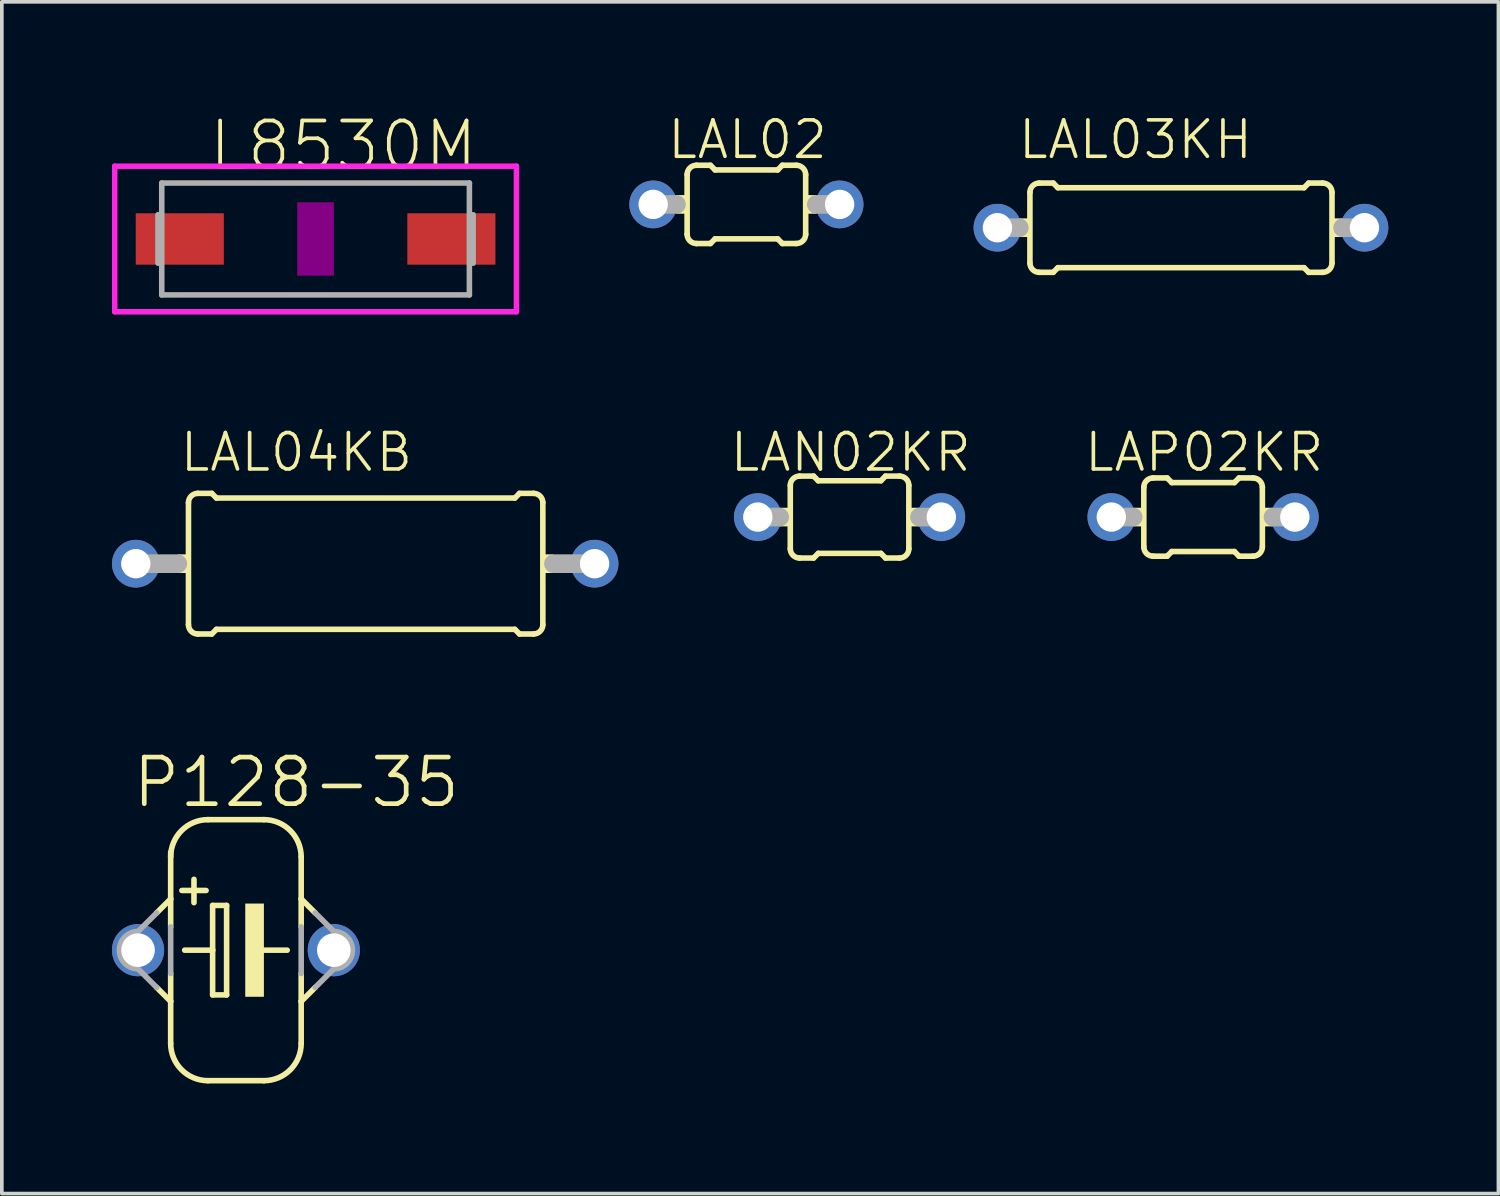
<source format=kicad_pcb>
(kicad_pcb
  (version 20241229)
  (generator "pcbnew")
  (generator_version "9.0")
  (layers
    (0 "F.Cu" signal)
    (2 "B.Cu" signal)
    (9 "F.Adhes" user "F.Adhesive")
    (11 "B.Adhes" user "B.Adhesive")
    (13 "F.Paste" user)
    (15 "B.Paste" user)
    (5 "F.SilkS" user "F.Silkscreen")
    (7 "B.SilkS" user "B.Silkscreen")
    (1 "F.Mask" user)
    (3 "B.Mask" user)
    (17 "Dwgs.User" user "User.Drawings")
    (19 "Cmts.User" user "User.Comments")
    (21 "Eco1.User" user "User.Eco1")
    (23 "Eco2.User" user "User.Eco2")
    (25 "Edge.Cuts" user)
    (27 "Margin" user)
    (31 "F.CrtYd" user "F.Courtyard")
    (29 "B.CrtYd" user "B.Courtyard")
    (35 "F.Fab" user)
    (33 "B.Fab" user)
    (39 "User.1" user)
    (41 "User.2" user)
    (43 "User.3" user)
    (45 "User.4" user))
  (footprint "P128-35"
    (layer "F.Cu")
    (at 3.378 22.838)
    (property "Reference" "P128-35" (at 1.645 -4.572 0) (layer "F.SilkS") (effects (font (size 1.27 1.27) (thickness 0.127))))
    (attr through_hole)
    (fp_line (start -2.159 -1.016) (end -1.778 -1.397) (stroke (width 0.152) (type solid)) (layer "F.SilkS"))
    (fp_line (start -1.778 -2.667) (end -1.778 -1.397) (stroke (width 0.152) (type solid)) (layer "F.SilkS"))
    (fp_line (start -1.778 -1.397) (end -1.778 -0.635) (stroke (width 0.152) (type solid)) (layer "F.SilkS"))
    (fp_line (start -1.778 0.635) (end -1.778 1.397) (stroke (width 0.152) (type solid)) (layer "F.SilkS"))
    (fp_line (start -1.778 1.397) (end -2.159 1.016) (stroke (width 0.152) (type solid)) (layer "F.SilkS"))
    (fp_line (start -1.778 1.397) (end -1.778 2.54) (stroke (width 0.152) (type solid)) (layer "F.SilkS"))
    (fp_line (start -1.397 0) (end -0.635 0) (stroke (width 0.152) (type solid)) (layer "F.SilkS"))
    (fp_line (start -1.143 -1.93) (end -1.143 -1.295) (stroke (width 0.152) (type solid)) (layer "F.SilkS"))
    (fp_line (start -0.813 -1.626) (end -1.473 -1.626) (stroke (width 0.152) (type solid)) (layer "F.SilkS"))
    (fp_line (start -0.762 3.556) (end 0.762 3.556) (stroke (width 0.152) (type solid)) (layer "F.SilkS"))
    (fp_line (start -0.635 -1.219) (end -0.635 0) (stroke (width 0.152) (type solid)) (layer "F.SilkS"))
    (fp_line (start -0.635 0) (end -0.635 1.219) (stroke (width 0.152) (type solid)) (layer "F.SilkS"))
    (fp_line (start -0.635 1.219) (end -0.254 1.219) (stroke (width 0.152) (type solid)) (layer "F.SilkS"))
    (fp_line (start -0.254 -1.219) (end -0.635 -1.219) (stroke (width 0.152) (type solid)) (layer "F.SilkS"))
    (fp_line (start -0.254 1.219) (end -0.254 -1.219) (stroke (width 0.152) (type solid)) (layer "F.SilkS"))
    (fp_line (start 0.635 0) (end 1.397 0) (stroke (width 0.152) (type solid)) (layer "F.SilkS"))
    (fp_line (start 0.762 -3.556) (end -0.762 -3.556) (stroke (width 0.152) (type solid)) (layer "F.SilkS"))
    (fp_line (start 1.778 -2.54) (end 1.778 -1.397) (stroke (width 0.152) (type solid)) (layer "F.SilkS"))
    (fp_line (start 1.778 -1.397) (end 1.778 -0.635) (stroke (width 0.152) (type solid)) (layer "F.SilkS"))
    (fp_line (start 1.778 0.635) (end 1.778 1.397) (stroke (width 0.152) (type solid)) (layer "F.SilkS"))
    (fp_line (start 1.778 1.397) (end 1.778 2.54) (stroke (width 0.152) (type solid)) (layer "F.SilkS"))
    (fp_line (start 1.778 1.397) (end 2.159 1.016) (stroke (width 0.152) (type solid)) (layer "F.SilkS"))
    (fp_line (start 2.159 -1.016) (end 1.778 -1.397) (stroke (width 0.152) (type solid)) (layer "F.SilkS"))
    (fp_arc (start -1.778 -2.54) (mid -1.48042 -3.25842) (end -0.762 -3.556) (stroke (width 0.1524) (type solid)) (layer "F.SilkS"))
    (fp_arc (start -0.762 3.556) (mid -1.48042 3.25842) (end -1.778 2.54) (stroke (width 0.1524) (type solid)) (layer "F.SilkS"))
    (fp_arc (start 0.762 -3.556) (mid 1.48042 -3.25842) (end 1.778 -2.54) (stroke (width 0.1524) (type solid)) (layer "F.SilkS"))
    (fp_arc (start 1.778 2.54) (mid 1.48042 3.25842) (end 0.762 3.556) (stroke (width 0.1524) (type solid)) (layer "F.SilkS"))
    (fp_poly (pts (xy 0.254 -1.27) (xy 0.762 -1.27) (xy 0.762 1.27) (xy 0.254 1.27)) (stroke (width 0) (type solid)) (fill yes) (layer "F.SilkS"))
    (fp_line (start -2.667 -0.508) (end -2.159 -1.016) (stroke (width 0.152) (type solid)) (layer "F.Fab"))
    (fp_line (start -2.159 1.016) (end -2.667 0.508) (stroke (width 0.152) (type solid)) (layer "F.Fab"))
    (fp_line (start -1.778 -0.635) (end -1.778 0.635) (stroke (width 0.152) (type solid)) (layer "F.Fab"))
    (fp_line (start 1.778 -0.635) (end 1.778 0.635) (stroke (width 0.152) (type solid)) (layer "F.Fab"))
    (fp_line (start 2.159 1.016) (end 2.667 0.508) (stroke (width 0.152) (type solid)) (layer "F.Fab"))
    (fp_line (start 2.667 -0.508) (end 2.159 -1.016) (stroke (width 0.152) (type solid)) (layer "F.Fab"))
    (fp_arc (start -2.667 0.508) (mid -3.175 0) (end -2.667 -0.508) (stroke (width 0.1524) (type solid)) (layer "F.Fab"))
    (fp_arc (start 2.667 -0.508) (mid 3.175 0) (end 2.667 0.508) (stroke (width 0.1524) (type solid)) (layer "F.Fab"))
    (pad "+" thru_hole circle (at -2.667 0) (size 1.422 1.422) (drill 0.914) (layers "*.Cu" "*.Mask"))
    (pad "-" thru_hole circle (at 2.667 0) (size 1.422 1.422) (drill 0.914) (layers "*.Cu" "*.Mask")))
  (footprint "LAL04KB"
    (layer "F.Cu")
    (at 6.9 12.308)
    (property "Reference" "LAL04KB" (at -1.874 -3.035 0) (layer "F.SilkS") (effects (font (size 0.991 0.991) (thickness 0.099))))
    (attr through_hole)
    (fp_line (start -4.815 1.662) (end -4.815 -1.662) (stroke (width 0.152) (type solid)) (layer "F.SilkS"))
    (fp_line (start -4.561 -1.916) (end -4.18 -1.916) (stroke (width 0.152) (type solid)) (layer "F.SilkS"))
    (fp_line (start -4.561 1.916) (end -4.18 1.916) (stroke (width 0.152) (type solid)) (layer "F.SilkS"))
    (fp_line (start -4.053 -1.789) (end -4.18 -1.916) (stroke (width 0.152) (type solid)) (layer "F.SilkS"))
    (fp_line (start -4.053 1.789) (end -4.18 1.916) (stroke (width 0.152) (type solid)) (layer "F.SilkS"))
    (fp_line (start 4.078 -1.789) (end -4.053 -1.789) (stroke (width 0.152) (type solid)) (layer "F.SilkS"))
    (fp_line (start 4.078 -1.789) (end 4.205 -1.916) (stroke (width 0.152) (type solid)) (layer "F.SilkS"))
    (fp_line (start 4.078 1.789) (end -4.053 1.789) (stroke (width 0.152) (type solid)) (layer "F.SilkS"))
    (fp_line (start 4.078 1.789) (end 4.205 1.916) (stroke (width 0.152) (type solid)) (layer "F.SilkS"))
    (fp_line (start 4.586 -1.916) (end 4.205 -1.916) (stroke (width 0.152) (type solid)) (layer "F.SilkS"))
    (fp_line (start 4.586 1.916) (end 4.205 1.916) (stroke (width 0.152) (type solid)) (layer "F.SilkS"))
    (fp_line (start 4.84 1.662) (end 4.84 -1.662) (stroke (width 0.152) (type solid)) (layer "F.SilkS"))
    (fp_arc (start -4.815 -1.662) (mid -4.740605 -1.841605) (end -4.561 -1.916) (stroke (width 0.1524) (type solid)) (layer "F.SilkS"))
    (fp_arc (start -4.561 1.916) (mid -4.740605 1.841605) (end -4.815 1.662) (stroke (width 0.1524) (type solid)) (layer "F.SilkS"))
    (fp_arc (start 4.586 -1.916) (mid 4.765605 -1.841605) (end 4.84 -1.662) (stroke (width 0.1524) (type solid)) (layer "F.SilkS"))
    (fp_arc (start 4.84 1.662) (mid 4.765605 1.841605) (end 4.586 1.916) (stroke (width 0.1524) (type solid)) (layer "F.SilkS"))
    (fp_poly (pts (xy -5.1 -0.254) (xy -4.815 -0.254) (xy -4.815 0.254) (xy -5.1 0.254)) (stroke (width 0) (type solid)) (fill yes) (layer "F.SilkS"))
    (fp_poly (pts (xy 4.84 -0.254) (xy 5.125 -0.254) (xy 5.125 0.254) (xy 4.84 0.254)) (stroke (width 0) (type solid)) (fill yes) (layer "F.SilkS"))
    (fp_line (start -6.25 0) (end -5.105 0) (stroke (width 0.508) (type solid)) (layer "F.Fab"))
    (fp_line (start 6.25 0) (end 5.13 0) (stroke (width 0.508) (type solid)) (layer "F.Fab"))
    (pad "1" thru_hole circle (at -6.25 0) (size 1.3 1.3) (drill 0.8) (layers "*.Cu" "*.Mask"))
    (pad "2" thru_hole circle (at 6.25 0) (size 1.3 1.3) (drill 0.8) (layers "*.Cu" "*.Mask")))
  (footprint "LAL02"
    (layer "F.Cu")
    (at 17.286 2.519)
    (property "Reference" "LAL02" (at 0.031 -1.765 0) (layer "F.SilkS") (effects (font (size 0.991 0.991) (thickness 0.099))))
    (attr through_hole)
    (fp_line (start -1.615 0.812) (end -1.615 -0.812) (stroke (width 0.152) (type solid)) (layer "F.SilkS"))
    (fp_line (start -1.361 -1.066) (end -0.98 -1.066) (stroke (width 0.152) (type solid)) (layer "F.SilkS"))
    (fp_line (start -1.361 1.066) (end -0.98 1.066) (stroke (width 0.152) (type solid)) (layer "F.SilkS"))
    (fp_line (start -0.853 -0.939) (end -0.98 -1.066) (stroke (width 0.152) (type solid)) (layer "F.SilkS"))
    (fp_line (start -0.853 0.939) (end -0.98 1.066) (stroke (width 0.152) (type solid)) (layer "F.SilkS"))
    (fp_line (start 0.853 -0.939) (end -0.853 -0.939) (stroke (width 0.152) (type solid)) (layer "F.SilkS"))
    (fp_line (start 0.853 -0.939) (end 0.98 -1.066) (stroke (width 0.152) (type solid)) (layer "F.SilkS"))
    (fp_line (start 0.853 0.939) (end -0.853 0.939) (stroke (width 0.152) (type solid)) (layer "F.SilkS"))
    (fp_line (start 0.853 0.939) (end 0.98 1.066) (stroke (width 0.152) (type solid)) (layer "F.SilkS"))
    (fp_line (start 1.361 -1.066) (end 0.98 -1.066) (stroke (width 0.152) (type solid)) (layer "F.SilkS"))
    (fp_line (start 1.361 1.066) (end 0.98 1.066) (stroke (width 0.152) (type solid)) (layer "F.SilkS"))
    (fp_line (start 1.615 0.812) (end 1.615 -0.812) (stroke (width 0.152) (type solid)) (layer "F.SilkS"))
    (fp_arc (start -1.615 -0.812) (mid -1.540605 -0.991605) (end -1.361 -1.066) (stroke (width 0.1524) (type solid)) (layer "F.SilkS"))
    (fp_arc (start -1.361 1.066) (mid -1.540605 0.991605) (end -1.615 0.812) (stroke (width 0.1524) (type solid)) (layer "F.SilkS"))
    (fp_arc (start 1.361 -1.066) (mid 1.540605 -0.991605) (end 1.615 -0.812) (stroke (width 0.1524) (type solid)) (layer "F.SilkS"))
    (fp_arc (start 1.615 0.812) (mid 1.540605 0.991605) (end 1.361 1.066) (stroke (width 0.1524) (type solid)) (layer "F.SilkS"))
    (fp_poly (pts (xy -1.9 -0.254) (xy -1.615 -0.254) (xy -1.615 0.254) (xy -1.9 0.254)) (stroke (width 0) (type solid)) (fill yes) (layer "F.SilkS"))
    (fp_poly (pts (xy 1.615 -0.254) (xy 1.9 -0.254) (xy 1.9 0.254) (xy 1.615 0.254)) (stroke (width 0) (type solid)) (fill yes) (layer "F.SilkS"))
    (fp_line (start -2.54 0) (end -1.905 0) (stroke (width 0.508) (type solid)) (layer "F.Fab"))
    (fp_line (start 2.54 0) (end 1.905 0) (stroke (width 0.508) (type solid)) (layer "F.Fab"))
    (pad "1" thru_hole circle (at -2.54 0) (size 1.3 1.3) (drill 0.8) (layers "*.Cu" "*.Mask"))
    (pad "2" thru_hole circle (at 2.54 0) (size 1.3 1.3) (drill 0.8) (layers "*.Cu" "*.Mask")))
  (footprint "LAN02KR"
    (layer "F.Cu")
    (at 20.097 11.038)
    (property "Reference" "LAN02KR" (at 0.031 -1.765 0) (layer "F.SilkS") (effects (font (size 0.991 0.991) (thickness 0.099))))
    (attr through_hole)
    (fp_line (start -1.615 0.862) (end -1.615 -0.862) (stroke (width 0.152) (type solid)) (layer "F.SilkS"))
    (fp_line (start -1.361 -1.116) (end -0.98 -1.116) (stroke (width 0.152) (type solid)) (layer "F.SilkS"))
    (fp_line (start -1.361 1.116) (end -0.98 1.116) (stroke (width 0.152) (type solid)) (layer "F.SilkS"))
    (fp_line (start -0.853 -0.989) (end -0.98 -1.116) (stroke (width 0.152) (type solid)) (layer "F.SilkS"))
    (fp_line (start -0.853 0.989) (end -0.98 1.116) (stroke (width 0.152) (type solid)) (layer "F.SilkS"))
    (fp_line (start 0.853 -0.989) (end -0.853 -0.989) (stroke (width 0.152) (type solid)) (layer "F.SilkS"))
    (fp_line (start 0.853 -0.989) (end 0.98 -1.116) (stroke (width 0.152) (type solid)) (layer "F.SilkS"))
    (fp_line (start 0.853 0.989) (end -0.853 0.989) (stroke (width 0.152) (type solid)) (layer "F.SilkS"))
    (fp_line (start 0.853 0.989) (end 0.98 1.116) (stroke (width 0.152) (type solid)) (layer "F.SilkS"))
    (fp_line (start 1.361 -1.116) (end 0.98 -1.116) (stroke (width 0.152) (type solid)) (layer "F.SilkS"))
    (fp_line (start 1.361 1.116) (end 0.98 1.116) (stroke (width 0.152) (type solid)) (layer "F.SilkS"))
    (fp_line (start 1.615 0.862) (end 1.615 -0.862) (stroke (width 0.152) (type solid)) (layer "F.SilkS"))
    (fp_arc (start -1.615 -0.862) (mid -1.540605 -1.041605) (end -1.361 -1.116) (stroke (width 0.1524) (type solid)) (layer "F.SilkS"))
    (fp_arc (start -1.361 1.116) (mid -1.540605 1.041605) (end -1.615 0.862) (stroke (width 0.1524) (type solid)) (layer "F.SilkS"))
    (fp_arc (start 1.361 -1.116) (mid 1.540605 -1.041605) (end 1.615 -0.862) (stroke (width 0.1524) (type solid)) (layer "F.SilkS"))
    (fp_arc (start 1.615 0.862) (mid 1.540605 1.041605) (end 1.361 1.116) (stroke (width 0.1524) (type solid)) (layer "F.SilkS"))
    (fp_poly (pts (xy -1.9 -0.254) (xy -1.615 -0.254) (xy -1.615 0.254) (xy -1.9 0.254)) (stroke (width 0) (type solid)) (fill yes) (layer "F.SilkS"))
    (fp_poly (pts (xy 1.615 -0.254) (xy 1.9 -0.254) (xy 1.9 0.254) (xy 1.615 0.254)) (stroke (width 0) (type solid)) (fill yes) (layer "F.SilkS"))
    (fp_line (start -2.5 0) (end -1.905 0) (stroke (width 0.508) (type solid)) (layer "F.Fab"))
    (fp_line (start 2.5 0) (end 1.905 0) (stroke (width 0.508) (type solid)) (layer "F.Fab"))
    (pad "1" thru_hole circle (at -2.5 0) (size 1.3 1.3) (drill 0.8) (layers "*.Cu" "*.Mask"))
    (pad "2" thru_hole circle (at 2.5 0) (size 1.3 1.3) (drill 0.8) (layers "*.Cu" "*.Mask")))
  (footprint "L8530M"
    (layer "F.Cu")
    (at 5.548 3.461)
    (property "Reference" "L8530M" (at 0.756 -2.54 0) (layer "F.SilkS") (effects (font (size 1.27 1.27) (thickness 0.102))))
    (attr through_hole)
    (fp_poly (pts (xy -0.5 -1) (xy 0.5 -1) (xy 0.5 1) (xy -0.5 1)) (stroke (width 0) (type solid)) (fill yes) (layer "F.Adhes"))
    (fp_line (start -5.473 -1.983) (end 5.473 -1.983) (stroke (width 0.15) (type solid)) (layer "F.CrtYd"))
    (fp_line (start -5.473 1.983) (end -5.473 -1.983) (stroke (width 0.15) (type solid)) (layer "F.CrtYd"))
    (fp_line (start 5.473 -1.983) (end 5.473 1.983) (stroke (width 0.15) (type solid)) (layer "F.CrtYd"))
    (fp_line (start 5.473 1.983) (end -5.473 1.983) (stroke (width 0.15) (type solid)) (layer "F.CrtYd"))
    (fp_line (start -4.293 0.66) (end -4.293 -0.66) (stroke (width 0.152) (type solid)) (layer "F.Fab"))
    (fp_line (start -4.191 1.524) (end -4.191 -1.524) (stroke (width 0.152) (type solid)) (layer "F.Fab"))
    (fp_line (start 4.191 -1.524) (end -4.191 -1.524) (stroke (width 0.152) (type solid)) (layer "F.Fab"))
    (fp_line (start 4.191 1.524) (end -4.191 1.524) (stroke (width 0.152) (type solid)) (layer "F.Fab"))
    (fp_line (start 4.191 1.524) (end 4.191 -1.524) (stroke (width 0.152) (type solid)) (layer "F.Fab"))
    (fp_line (start 4.293 0.66) (end 4.293 -0.66) (stroke (width 0.152) (type solid)) (layer "F.Fab"))
    (pad "1" smd rect (at -3.7 0) (size 2.4 1.4) (layers "F.Cu" "F.Mask" "F.Paste"))
    (pad "2" smd rect (at 3.7 0) (size 2.4 1.4) (layers "F.Cu" "F.Mask" "F.Paste")))
  (footprint "LAL03KH"
    (layer "F.Cu")
    (at 29.126 3.154)
    (property "Reference" "LAL03KH" (at -1.239 -2.4 0) (layer "F.SilkS") (effects (font (size 0.991 0.991) (thickness 0.099))))
    (attr through_hole)
    (fp_line (start -4.115 0.962) (end -4.115 -0.962) (stroke (width 0.152) (type solid)) (layer "F.SilkS"))
    (fp_line (start -3.861 -1.216) (end -3.48 -1.216) (stroke (width 0.152) (type solid)) (layer "F.SilkS"))
    (fp_line (start -3.861 1.216) (end -3.48 1.216) (stroke (width 0.152) (type solid)) (layer "F.SilkS"))
    (fp_line (start -3.353 -1.089) (end -3.48 -1.216) (stroke (width 0.152) (type solid)) (layer "F.SilkS"))
    (fp_line (start -3.353 1.089) (end -3.48 1.216) (stroke (width 0.152) (type solid)) (layer "F.SilkS"))
    (fp_line (start 3.353 -1.089) (end -3.353 -1.089) (stroke (width 0.152) (type solid)) (layer "F.SilkS"))
    (fp_line (start 3.353 -1.089) (end 3.48 -1.216) (stroke (width 0.152) (type solid)) (layer "F.SilkS"))
    (fp_line (start 3.353 1.089) (end -3.353 1.089) (stroke (width 0.152) (type solid)) (layer "F.SilkS"))
    (fp_line (start 3.353 1.089) (end 3.48 1.216) (stroke (width 0.152) (type solid)) (layer "F.SilkS"))
    (fp_line (start 3.861 -1.216) (end 3.48 -1.216) (stroke (width 0.152) (type solid)) (layer "F.SilkS"))
    (fp_line (start 3.861 1.216) (end 3.48 1.216) (stroke (width 0.152) (type solid)) (layer "F.SilkS"))
    (fp_line (start 4.115 0.962) (end 4.115 -0.962) (stroke (width 0.152) (type solid)) (layer "F.SilkS"))
    (fp_arc (start -4.115 -0.962) (mid -4.040605 -1.141605) (end -3.861 -1.216) (stroke (width 0.1524) (type solid)) (layer "F.SilkS"))
    (fp_arc (start -3.861 1.216) (mid -4.040605 1.141605) (end -4.115 0.962) (stroke (width 0.1524) (type solid)) (layer "F.SilkS"))
    (fp_arc (start 3.861 -1.216) (mid 4.040605 -1.141605) (end 4.115 -0.962) (stroke (width 0.1524) (type solid)) (layer "F.SilkS"))
    (fp_arc (start 4.115 0.962) (mid 4.040605 1.141605) (end 3.861 1.216) (stroke (width 0.1524) (type solid)) (layer "F.SilkS"))
    (fp_poly (pts (xy -4.4 -0.254) (xy -4.115 -0.254) (xy -4.115 0.254) (xy -4.4 0.254)) (stroke (width 0) (type solid)) (fill yes) (layer "F.SilkS"))
    (fp_poly (pts (xy 4.115 -0.254) (xy 4.4 -0.254) (xy 4.4 0.254) (xy 4.115 0.254)) (stroke (width 0) (type solid)) (fill yes) (layer "F.SilkS"))
    (fp_line (start -5 0) (end -4.405 0) (stroke (width 0.508) (type solid)) (layer "F.Fab"))
    (fp_line (start 5 0) (end 4.405 0) (stroke (width 0.508) (type solid)) (layer "F.Fab"))
    (pad "1" thru_hole circle (at -5 0) (size 1.3 1.3) (drill 0.8) (layers "*.Cu" "*.Mask"))
    (pad "2" thru_hole circle (at 5 0) (size 1.3 1.3) (drill 0.8) (layers "*.Cu" "*.Mask")))
  (footprint "LAP02KR"
    (layer "F.Cu")
    (at 29.729 11.038)
    (property "Reference" "LAP02KR" (at 0.031 -1.765 0) (layer "F.SilkS") (effects (font (size 0.991 0.991) (thickness 0.099))))
    (attr through_hole)
    (fp_line (start -1.615 0.812) (end -1.615 -0.812) (stroke (width 0.152) (type solid)) (layer "F.SilkS"))
    (fp_line (start -1.361 -1.066) (end -0.98 -1.066) (stroke (width 0.152) (type solid)) (layer "F.SilkS"))
    (fp_line (start -1.361 1.066) (end -0.98 1.066) (stroke (width 0.152) (type solid)) (layer "F.SilkS"))
    (fp_line (start -0.853 -0.939) (end -0.98 -1.066) (stroke (width 0.152) (type solid)) (layer "F.SilkS"))
    (fp_line (start -0.853 0.939) (end -0.98 1.066) (stroke (width 0.152) (type solid)) (layer "F.SilkS"))
    (fp_line (start 0.853 -0.939) (end -0.853 -0.939) (stroke (width 0.152) (type solid)) (layer "F.SilkS"))
    (fp_line (start 0.853 -0.939) (end 0.98 -1.066) (stroke (width 0.152) (type solid)) (layer "F.SilkS"))
    (fp_line (start 0.853 0.939) (end -0.853 0.939) (stroke (width 0.152) (type solid)) (layer "F.SilkS"))
    (fp_line (start 0.853 0.939) (end 0.98 1.066) (stroke (width 0.152) (type solid)) (layer "F.SilkS"))
    (fp_line (start 1.361 -1.066) (end 0.98 -1.066) (stroke (width 0.152) (type solid)) (layer "F.SilkS"))
    (fp_line (start 1.361 1.066) (end 0.98 1.066) (stroke (width 0.152) (type solid)) (layer "F.SilkS"))
    (fp_line (start 1.615 0.812) (end 1.615 -0.812) (stroke (width 0.152) (type solid)) (layer "F.SilkS"))
    (fp_arc (start -1.615 -0.812) (mid -1.540605 -0.991605) (end -1.361 -1.066) (stroke (width 0.1524) (type solid)) (layer "F.SilkS"))
    (fp_arc (start -1.361 1.066) (mid -1.540605 0.991605) (end -1.615 0.812) (stroke (width 0.1524) (type solid)) (layer "F.SilkS"))
    (fp_arc (start 1.361 -1.066) (mid 1.540605 -0.991605) (end 1.615 -0.812) (stroke (width 0.1524) (type solid)) (layer "F.SilkS"))
    (fp_arc (start 1.615 0.812) (mid 1.540605 0.991605) (end 1.361 1.066) (stroke (width 0.1524) (type solid)) (layer "F.SilkS"))
    (fp_poly (pts (xy -1.9 -0.254) (xy -1.615 -0.254) (xy -1.615 0.254) (xy -1.9 0.254)) (stroke (width 0) (type solid)) (fill yes) (layer "F.SilkS"))
    (fp_poly (pts (xy 1.615 -0.254) (xy 1.9 -0.254) (xy 1.9 0.254) (xy 1.615 0.254)) (stroke (width 0) (type solid)) (fill yes) (layer "F.SilkS"))
    (fp_line (start -2.5 0) (end -1.905 0) (stroke (width 0.508) (type solid)) (layer "F.Fab"))
    (fp_line (start 2.5 0) (end 1.905 0) (stroke (width 0.508) (type solid)) (layer "F.Fab"))
    (pad "1" thru_hole circle (at -2.5 0) (size 1.3 1.3) (drill 0.8) (layers "*.Cu" "*.Mask"))
    (pad "2" thru_hole circle (at 2.5 0) (size 1.3 1.3) (drill 0.8) (layers "*.Cu" "*.Mask")))
  (gr_rect
    (start -3 -3)
    (end 37.776 29.47)
    (stroke (width 0.1) (type default))
    (fill no)
    (layer "Edge.Cuts")))
</source>
